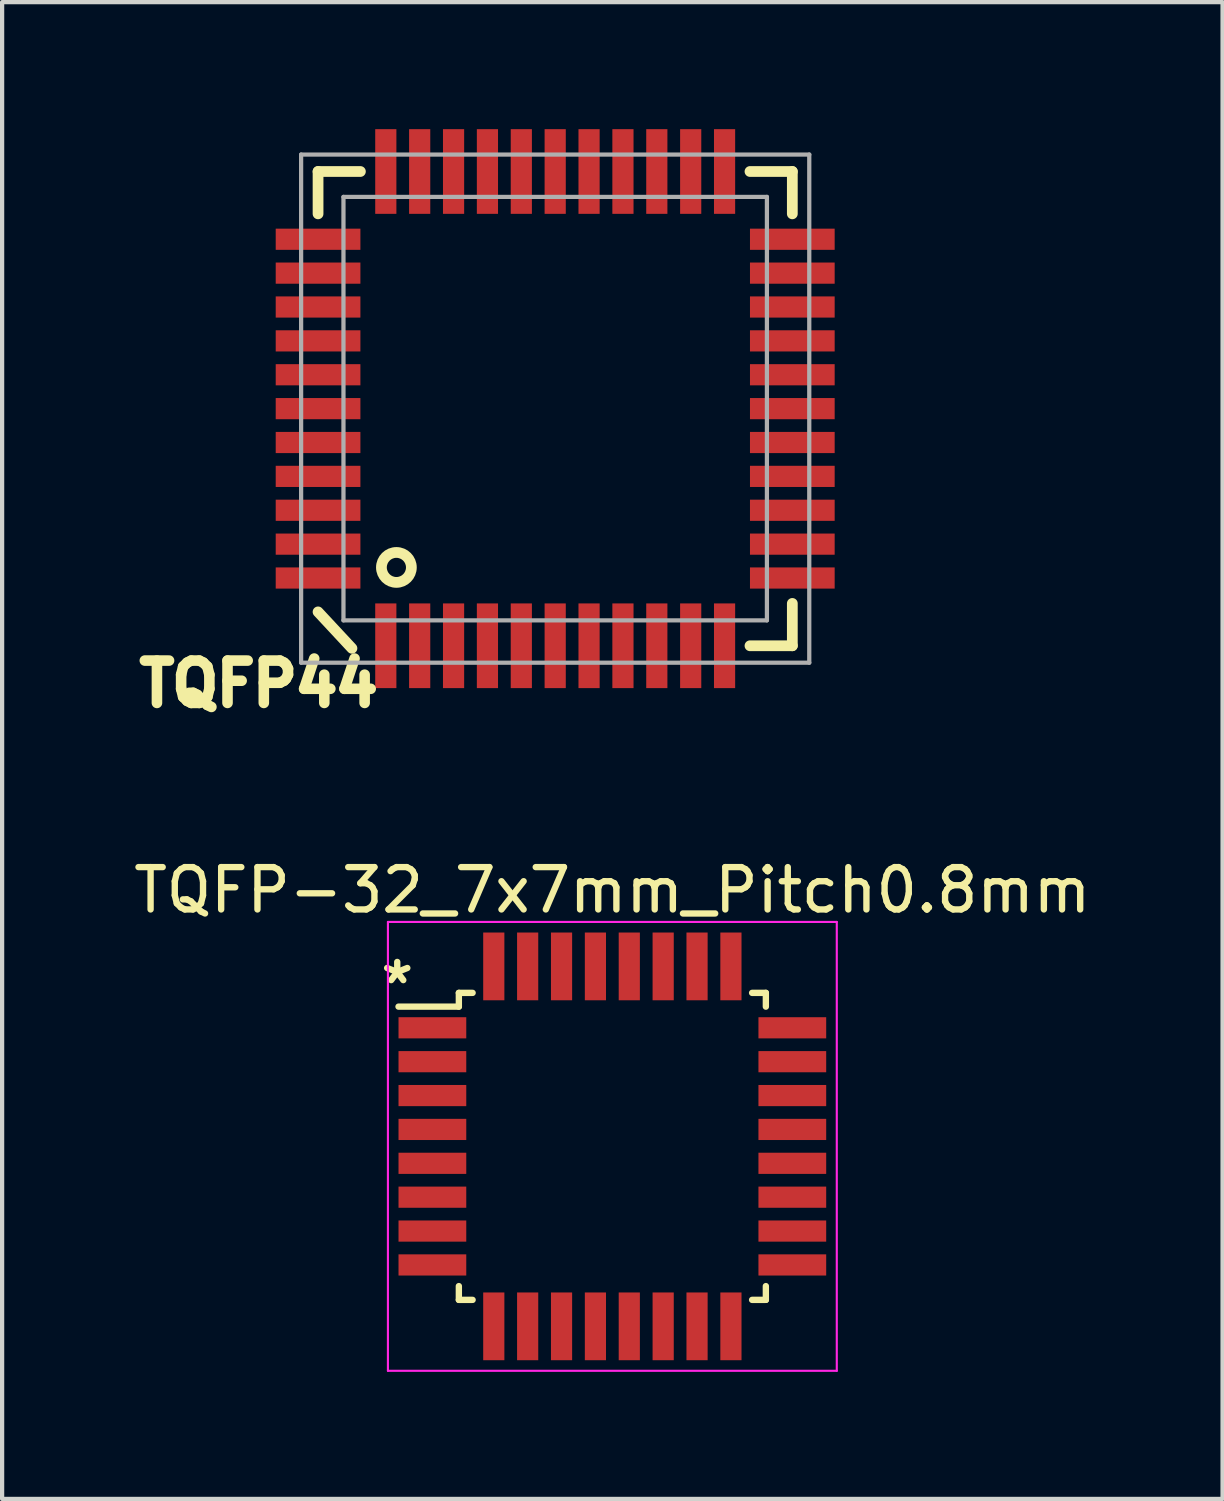
<source format=kicad_pcb>
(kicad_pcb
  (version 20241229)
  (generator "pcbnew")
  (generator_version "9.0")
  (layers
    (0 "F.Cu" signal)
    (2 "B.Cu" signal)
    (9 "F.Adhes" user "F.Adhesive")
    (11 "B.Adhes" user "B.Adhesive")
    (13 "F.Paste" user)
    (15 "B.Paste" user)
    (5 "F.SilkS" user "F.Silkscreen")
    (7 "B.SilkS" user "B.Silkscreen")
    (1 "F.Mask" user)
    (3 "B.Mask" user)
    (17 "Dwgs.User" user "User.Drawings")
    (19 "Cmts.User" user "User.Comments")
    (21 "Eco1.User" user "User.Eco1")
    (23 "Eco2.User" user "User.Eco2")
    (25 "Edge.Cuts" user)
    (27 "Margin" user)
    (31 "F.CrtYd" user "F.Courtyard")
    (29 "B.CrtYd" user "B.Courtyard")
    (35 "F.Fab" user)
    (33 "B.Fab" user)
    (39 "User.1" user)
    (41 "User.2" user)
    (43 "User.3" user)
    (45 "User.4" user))
  (footprint "TQFP44"
    (layer "F.Cu")
    (at 10.061 6.6)
    (property "Reference" "TQFP44" (at -7 6.5 0) (layer "F.SilkS") (effects (font (size 1 1) (thickness 0.25))))
    (attr through_hole)
    (fp_line (start -5.6 -5.6) (end -4.6 -5.6) (stroke (width 0.254) (type solid)) (layer "F.SilkS"))
    (fp_line (start -5.6 -4.6) (end -5.6 -5.6) (stroke (width 0.254) (type solid)) (layer "F.SilkS"))
    (fp_line (start -5.6 4.8) (end -4.8 5.66) (stroke (width 0.254) (type solid)) (layer "F.SilkS"))
    (fp_line (start 4.6 -5.6) (end 5.6 -5.6) (stroke (width 0.254) (type solid)) (layer "F.SilkS"))
    (fp_line (start 5.6 -5.6) (end 5.6 -4.6) (stroke (width 0.254) (type solid)) (layer "F.SilkS"))
    (fp_line (start 5.6 4.6) (end 5.6 5.6) (stroke (width 0.254) (type solid)) (layer "F.SilkS"))
    (fp_line (start 5.6 5.6) (end 4.6 5.6) (stroke (width 0.254) (type solid)) (layer "F.SilkS"))
    (fp_circle (center -3.75 3.75) (end -4 4) (stroke (width 0.254) (type solid)) (fill no) (layer "F.SilkS"))
    (fp_line (start -6 -6) (end 6 -6) (stroke (width 0.1) (type solid)) (layer "F.Fab"))
    (fp_line (start -6 6) (end -6 -6) (stroke (width 0.1) (type solid)) (layer "F.Fab"))
    (fp_line (start -5 -5) (end -5 5) (stroke (width 0.1) (type solid)) (layer "F.Fab"))
    (fp_line (start -5 5) (end 5 5) (stroke (width 0.1) (type solid)) (layer "F.Fab"))
    (fp_line (start 5 -5) (end -5 -5) (stroke (width 0.1) (type solid)) (layer "F.Fab"))
    (fp_line (start 5 5) (end 5 -5) (stroke (width 0.1) (type solid)) (layer "F.Fab"))
    (fp_line (start 6 -6) (end 6 6) (stroke (width 0.1) (type solid)) (layer "F.Fab"))
    (fp_line (start 6 6) (end -6 6) (stroke (width 0.1) (type solid)) (layer "F.Fab"))
    (pad "1" smd rect (at -4 5.6) (size 0.5 2) (layers "F.Cu" "F.Mask" "F.Paste"))
    (pad "2" smd rect (at -3.2 5.6) (size 0.5 2) (layers "F.Cu" "F.Mask" "F.Paste"))
    (pad "3" smd rect (at -2.4 5.6) (size 0.5 2) (layers "F.Cu" "F.Mask" "F.Paste"))
    (pad "4" smd rect (at -1.6 5.6) (size 0.5 2) (layers "F.Cu" "F.Mask" "F.Paste"))
    (pad "5" smd rect (at -0.8 5.6) (size 0.5 2) (layers "F.Cu" "F.Mask" "F.Paste"))
    (pad "6" smd rect (at 0 5.6) (size 0.5 2) (layers "F.Cu" "F.Mask" "F.Paste"))
    (pad "7" smd rect (at 0.8 5.6) (size 0.5 2) (layers "F.Cu" "F.Mask" "F.Paste"))
    (pad "8" smd rect (at 1.6 5.6) (size 0.5 2) (layers "F.Cu" "F.Mask" "F.Paste"))
    (pad "9" smd rect (at 2.4 5.6) (size 0.5 2) (layers "F.Cu" "F.Mask" "F.Paste"))
    (pad "10" smd rect (at 3.2 5.6) (size 0.5 2) (layers "F.Cu" "F.Mask" "F.Paste"))
    (pad "11" smd rect (at 4 5.6) (size 0.5 2) (layers "F.Cu" "F.Mask" "F.Paste"))
    (pad "12" smd rect (at 5.6 4 90) (size 0.5 2) (layers "F.Cu" "F.Mask" "F.Paste"))
    (pad "13" smd rect (at 5.6 3.2 90) (size 0.5 2) (layers "F.Cu" "F.Mask" "F.Paste"))
    (pad "14" smd rect (at 5.6 2.4 90) (size 0.5 2) (layers "F.Cu" "F.Mask" "F.Paste"))
    (pad "15" smd rect (at 5.6 1.6 90) (size 0.5 2) (layers "F.Cu" "F.Mask" "F.Paste"))
    (pad "16" smd rect (at 5.6 0.8 90) (size 0.5 2) (layers "F.Cu" "F.Mask" "F.Paste"))
    (pad "17" smd rect (at 5.6 0 90) (size 0.5 2) (layers "F.Cu" "F.Mask" "F.Paste"))
    (pad "18" smd rect (at 5.6 -0.8 90) (size 0.5 2) (layers "F.Cu" "F.Mask" "F.Paste"))
    (pad "19" smd rect (at 5.6 -1.6 90) (size 0.5 2) (layers "F.Cu" "F.Mask" "F.Paste"))
    (pad "20" smd rect (at 5.6 -2.4 90) (size 0.5 2) (layers "F.Cu" "F.Mask" "F.Paste"))
    (pad "21" smd rect (at 5.6 -3.2 90) (size 0.5 2) (layers "F.Cu" "F.Mask" "F.Paste"))
    (pad "22" smd rect (at 5.6 -4 90) (size 0.5 2) (layers "F.Cu" "F.Mask" "F.Paste"))
    (pad "23" smd rect (at 4 -5.6) (size 0.5 2) (layers "F.Cu" "F.Mask" "F.Paste"))
    (pad "24" smd rect (at 3.2 -5.6) (size 0.5 2) (layers "F.Cu" "F.Mask" "F.Paste"))
    (pad "25" smd rect (at 2.4 -5.6) (size 0.5 2) (layers "F.Cu" "F.Mask" "F.Paste"))
    (pad "26" smd rect (at 1.6 -5.6) (size 0.5 2) (layers "F.Cu" "F.Mask" "F.Paste"))
    (pad "27" smd rect (at 0.8 -5.6) (size 0.5 2) (layers "F.Cu" "F.Mask" "F.Paste"))
    (pad "28" smd rect (at 0 -5.6) (size 0.5 2) (layers "F.Cu" "F.Mask" "F.Paste"))
    (pad "29" smd rect (at -0.8 -5.6) (size 0.5 2) (layers "F.Cu" "F.Mask" "F.Paste"))
    (pad "30" smd rect (at -1.6 -5.6) (size 0.5 2) (layers "F.Cu" "F.Mask" "F.Paste"))
    (pad "31" smd rect (at -2.4 -5.6) (size 0.5 2) (layers "F.Cu" "F.Mask" "F.Paste"))
    (pad "32" smd rect (at -3.2 -5.6) (size 0.5 2) (layers "F.Cu" "F.Mask" "F.Paste"))
    (pad "33" smd rect (at -4 -5.6) (size 0.5 2) (layers "F.Cu" "F.Mask" "F.Paste"))
    (pad "34" smd rect (at -5.6 -4 90) (size 0.5 2) (layers "F.Cu" "F.Mask" "F.Paste"))
    (pad "35" smd rect (at -5.6 -3.2 90) (size 0.5 2) (layers "F.Cu" "F.Mask" "F.Paste"))
    (pad "36" smd rect (at -5.6 -2.4 90) (size 0.5 2) (layers "F.Cu" "F.Mask" "F.Paste"))
    (pad "37" smd rect (at -5.6 -1.6 90) (size 0.5 2) (layers "F.Cu" "F.Mask" "F.Paste"))
    (pad "38" smd rect (at -5.6 -0.8 90) (size 0.5 2) (layers "F.Cu" "F.Mask" "F.Paste"))
    (pad "39" smd rect (at -5.6 0 90) (size 0.5 2) (layers "F.Cu" "F.Mask" "F.Paste"))
    (pad "40" smd rect (at -5.6 0.8 90) (size 0.5 2) (layers "F.Cu" "F.Mask" "F.Paste"))
    (pad "41" smd rect (at -5.6 1.6 90) (size 0.5 2) (layers "F.Cu" "F.Mask" "F.Paste"))
    (pad "42" smd rect (at -5.6 2.4 90) (size 0.5 2) (layers "F.Cu" "F.Mask" "F.Paste"))
    (pad "43" smd rect (at -5.6 3.2 90) (size 0.5 2) (layers "F.Cu" "F.Mask" "F.Paste"))
    (pad "44" smd rect (at -5.6 4 90) (size 0.5 2) (layers "F.Cu" "F.Mask" "F.Paste")))
  (footprint "TQFP-32_7x7mm_Pitch0.8mm"
    (layer "F.Cu")
    (at 11.411 24.022)
    (property "Reference" "TQFP-32_7x7mm_Pitch0.8mm" (at 0 -6.05 0) (layer "F.SilkS") (effects (font (size 1 1) (thickness 0.15))))
    (attr smd)
    (fp_line (start -3.625 -3.625) (end -3.625 -3.3) (stroke (width 0.15) (type solid)) (layer "F.SilkS"))
    (fp_line (start -3.625 -3.625) (end -3.3 -3.625) (stroke (width 0.15) (type solid)) (layer "F.SilkS"))
    (fp_line (start -3.625 -3.3) (end -5.05 -3.3) (stroke (width 0.15) (type solid)) (layer "F.SilkS"))
    (fp_line (start -3.625 3.625) (end -3.625 3.3) (stroke (width 0.15) (type solid)) (layer "F.SilkS"))
    (fp_line (start -3.625 3.625) (end -3.3 3.625) (stroke (width 0.15) (type solid)) (layer "F.SilkS"))
    (fp_line (start 3.625 -3.625) (end 3.3 -3.625) (stroke (width 0.15) (type solid)) (layer "F.SilkS"))
    (fp_line (start 3.625 -3.625) (end 3.625 -3.3) (stroke (width 0.15) (type solid)) (layer "F.SilkS"))
    (fp_line (start 3.625 3.625) (end 3.3 3.625) (stroke (width 0.15) (type solid)) (layer "F.SilkS"))
    (fp_line (start 3.625 3.625) (end 3.625 3.3) (stroke (width 0.15) (type solid)) (layer "F.SilkS"))
    (fp_line (start -5.3 -5.3) (end -5.3 5.3) (stroke (width 0.05) (type solid)) (layer "F.CrtYd"))
    (fp_line (start -5.3 -5.3) (end 5.3 -5.3) (stroke (width 0.05) (type solid)) (layer "F.CrtYd"))
    (fp_line (start -5.3 5.3) (end 5.3 5.3) (stroke (width 0.05) (type solid)) (layer "F.CrtYd"))
    (fp_line (start 5.3 -5.3) (end 5.3 5.3) (stroke (width 0.05) (type solid)) (layer "F.CrtYd"))
    (fp_text user "*" (at -5.08 -3.81 0) (layer "F.SilkS") (effects (font (size 1 1) (thickness 0.15))))
    (pad "1" smd rect (at -4.25 -2.8) (size 1.6 0.5) (layers "F.Cu" "F.Mask" "F.Paste"))
    (pad "2" smd rect (at -4.25 -2) (size 1.6 0.5) (layers "F.Cu" "F.Mask" "F.Paste"))
    (pad "3" smd rect (at -4.25 -1.2) (size 1.6 0.5) (layers "F.Cu" "F.Mask" "F.Paste"))
    (pad "4" smd rect (at -4.25 -0.4) (size 1.6 0.5) (layers "F.Cu" "F.Mask" "F.Paste"))
    (pad "5" smd rect (at -4.25 0.4) (size 1.6 0.5) (layers "F.Cu" "F.Mask" "F.Paste"))
    (pad "6" smd rect (at -4.25 1.2) (size 1.6 0.5) (layers "F.Cu" "F.Mask" "F.Paste"))
    (pad "7" smd rect (at -4.25 2) (size 1.6 0.5) (layers "F.Cu" "F.Mask" "F.Paste"))
    (pad "8" smd rect (at -4.25 2.8) (size 1.6 0.5) (layers "F.Cu" "F.Mask" "F.Paste"))
    (pad "9" smd rect (at -2.8 4.25 90) (size 1.6 0.5) (layers "F.Cu" "F.Mask" "F.Paste"))
    (pad "10" smd rect (at -2 4.25 90) (size 1.6 0.5) (layers "F.Cu" "F.Mask" "F.Paste"))
    (pad "11" smd rect (at -1.2 4.25 90) (size 1.6 0.5) (layers "F.Cu" "F.Mask" "F.Paste"))
    (pad "12" smd rect (at -0.4 4.25 90) (size 1.6 0.5) (layers "F.Cu" "F.Mask" "F.Paste"))
    (pad "13" smd rect (at 0.4 4.25 90) (size 1.6 0.5) (layers "F.Cu" "F.Mask" "F.Paste"))
    (pad "14" smd rect (at 1.2 4.25 90) (size 1.6 0.5) (layers "F.Cu" "F.Mask" "F.Paste"))
    (pad "15" smd rect (at 2 4.25 90) (size 1.6 0.5) (layers "F.Cu" "F.Mask" "F.Paste"))
    (pad "16" smd rect (at 2.8 4.25 90) (size 1.6 0.5) (layers "F.Cu" "F.Mask" "F.Paste"))
    (pad "17" smd rect (at 4.25 2.8) (size 1.6 0.5) (layers "F.Cu" "F.Mask" "F.Paste"))
    (pad "18" smd rect (at 4.25 2) (size 1.6 0.5) (layers "F.Cu" "F.Mask" "F.Paste"))
    (pad "19" smd rect (at 4.25 1.2) (size 1.6 0.5) (layers "F.Cu" "F.Mask" "F.Paste"))
    (pad "20" smd rect (at 4.25 0.4) (size 1.6 0.5) (layers "F.Cu" "F.Mask" "F.Paste"))
    (pad "21" smd rect (at 4.25 -0.4) (size 1.6 0.5) (layers "F.Cu" "F.Mask" "F.Paste"))
    (pad "22" smd rect (at 4.25 -1.2) (size 1.6 0.5) (layers "F.Cu" "F.Mask" "F.Paste"))
    (pad "23" smd rect (at 4.25 -2) (size 1.6 0.5) (layers "F.Cu" "F.Mask" "F.Paste"))
    (pad "24" smd rect (at 4.25 -2.8) (size 1.6 0.5) (layers "F.Cu" "F.Mask" "F.Paste"))
    (pad "25" smd rect (at 2.8 -4.25 90) (size 1.6 0.5) (layers "F.Cu" "F.Mask" "F.Paste"))
    (pad "26" smd rect (at 2 -4.25 90) (size 1.6 0.5) (layers "F.Cu" "F.Mask" "F.Paste"))
    (pad "27" smd rect (at 1.2 -4.25 90) (size 1.6 0.5) (layers "F.Cu" "F.Mask" "F.Paste"))
    (pad "28" smd rect (at 0.4 -4.25 90) (size 1.6 0.5) (layers "F.Cu" "F.Mask" "F.Paste"))
    (pad "29" smd rect (at -0.4 -4.25 90) (size 1.6 0.5) (layers "F.Cu" "F.Mask" "F.Paste"))
    (pad "30" smd rect (at -1.2 -4.25 90) (size 1.6 0.5) (layers "F.Cu" "F.Mask" "F.Paste"))
    (pad "31" smd rect (at -2 -4.25 90) (size 1.6 0.5) (layers "F.Cu" "F.Mask" "F.Paste"))
    (pad "32" smd rect (at -2.8 -4.25 90) (size 1.6 0.5) (layers "F.Cu" "F.Mask" "F.Paste")))
  (gr_rect
    (start -3 -3)
    (end 25.821 32.347)
    (stroke (width 0.1) (type default))
    (fill no)
    (layer "Edge.Cuts")))
</source>
